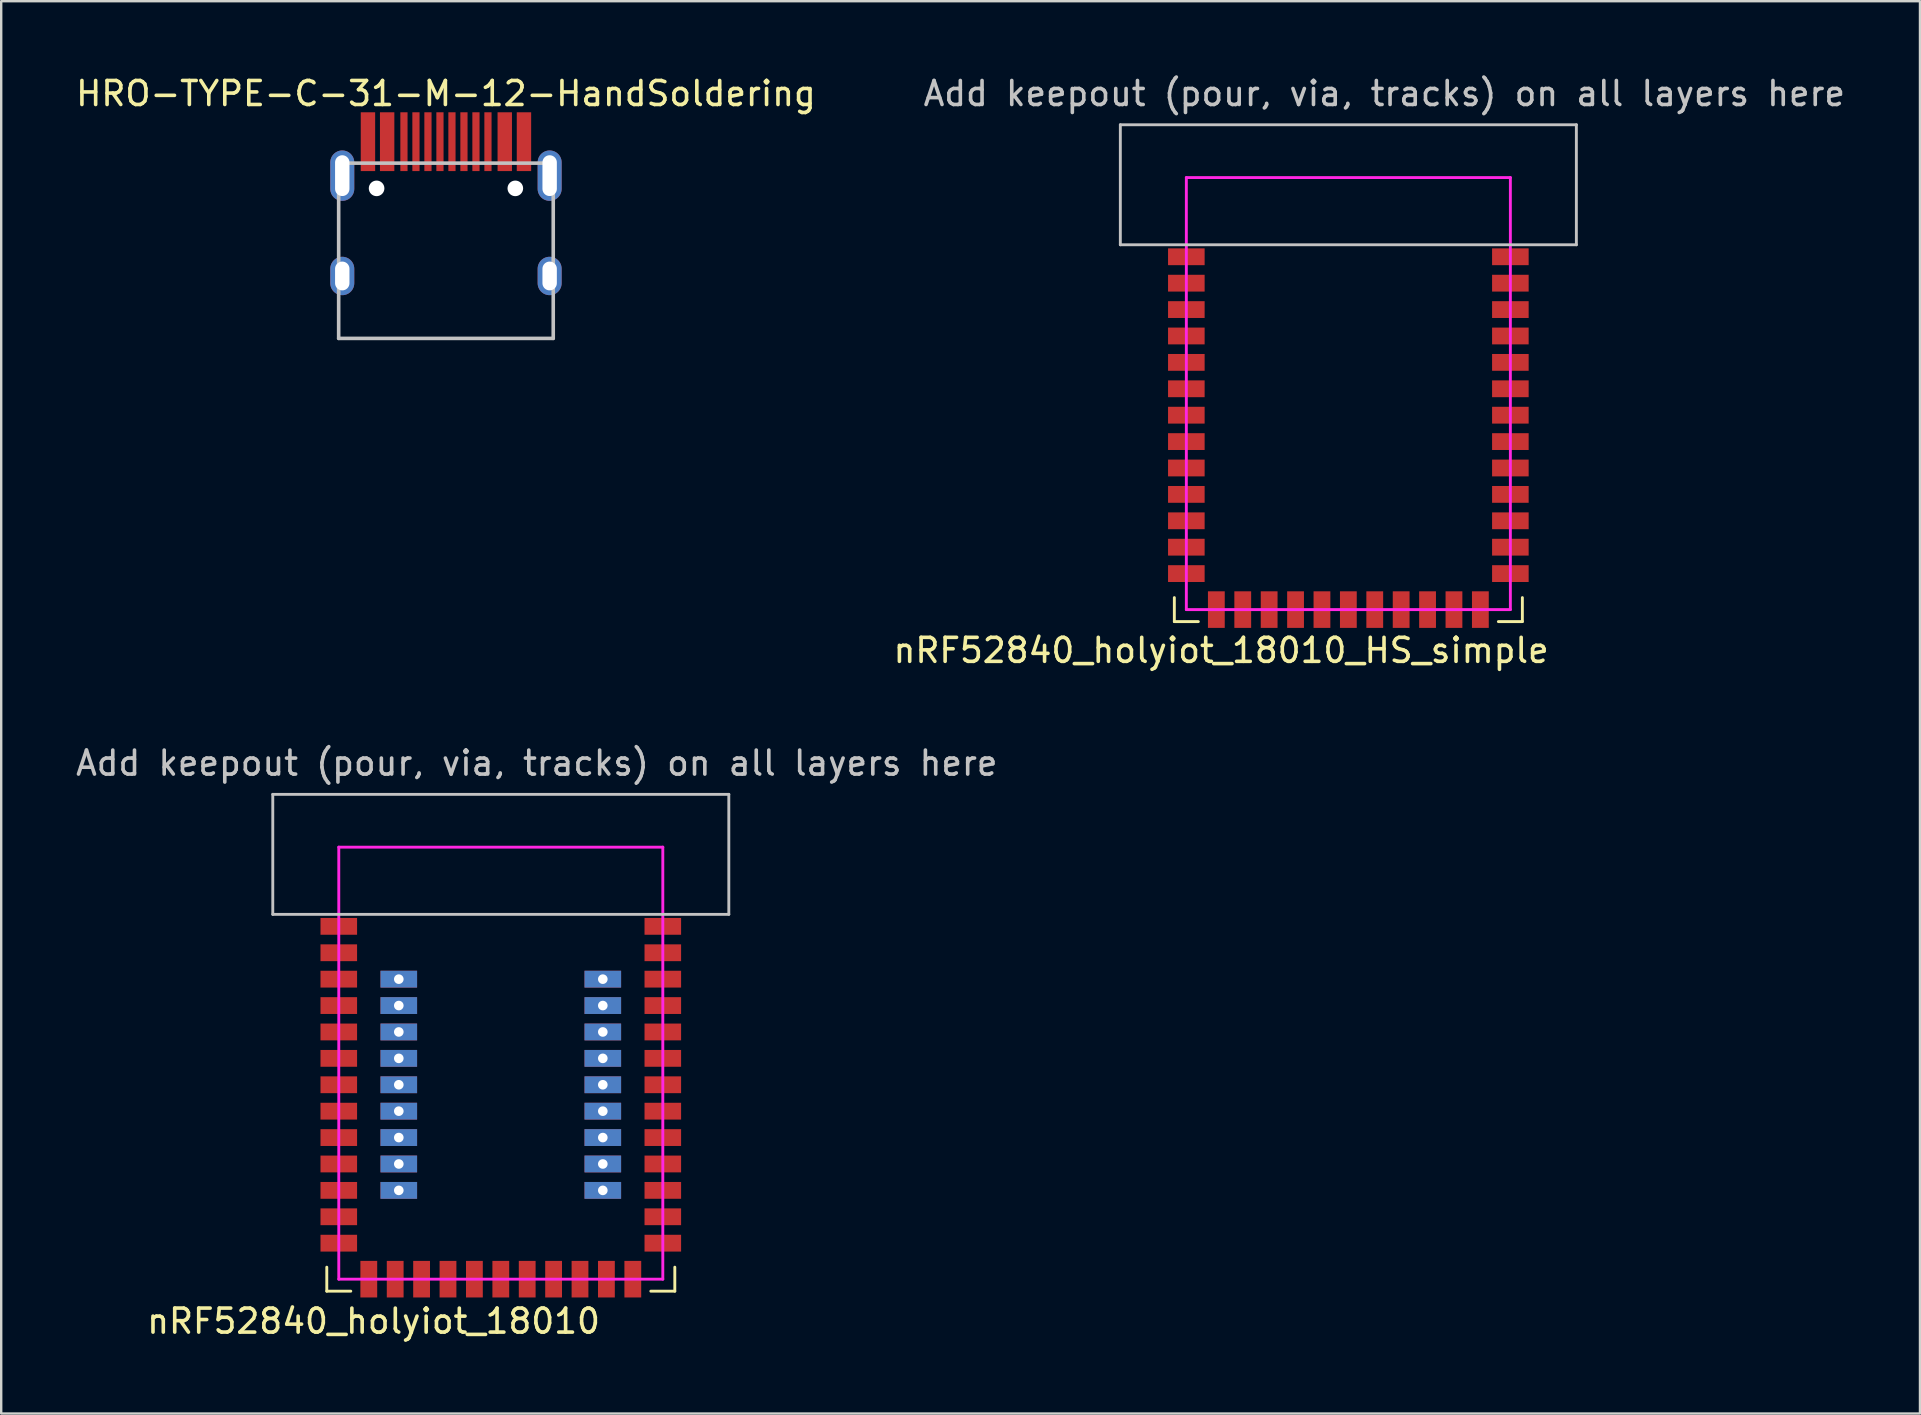
<source format=kicad_pcb>
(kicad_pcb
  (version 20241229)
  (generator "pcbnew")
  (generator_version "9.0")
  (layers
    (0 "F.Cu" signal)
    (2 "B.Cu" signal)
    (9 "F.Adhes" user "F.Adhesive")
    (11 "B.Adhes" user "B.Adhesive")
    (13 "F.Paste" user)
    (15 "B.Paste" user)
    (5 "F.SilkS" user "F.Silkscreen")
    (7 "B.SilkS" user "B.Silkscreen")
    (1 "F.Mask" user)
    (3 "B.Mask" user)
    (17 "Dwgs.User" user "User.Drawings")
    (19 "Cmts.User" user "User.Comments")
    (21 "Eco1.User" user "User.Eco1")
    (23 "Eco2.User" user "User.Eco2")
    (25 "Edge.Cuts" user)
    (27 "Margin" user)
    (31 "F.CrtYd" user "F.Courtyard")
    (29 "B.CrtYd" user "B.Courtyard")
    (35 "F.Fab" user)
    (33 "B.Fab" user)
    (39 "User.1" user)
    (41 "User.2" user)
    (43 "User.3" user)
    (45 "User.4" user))
  (footprint "nRF52840_holyiot_18010_HS_simple"
    (layer "F.Cu")
    (at 53.127 13.348)
    (property "Reference" "nRF52840_holyiot_18010_HS_simple" (at -5.3 10.7 0) (layer "F.SilkS") (effects (font (size 1 1) (thickness 0.15))))
    (fp_line (start -7.25 8.5) (end -7.25 9.5) (stroke (width 0.12) (type solid)) (layer "F.SilkS"))
    (fp_line (start -6.25 9.5) (end -7.25 9.5) (stroke (width 0.12) (type solid)) (layer "F.SilkS"))
    (fp_line (start 6.25 9.5) (end 7.25 9.5) (stroke (width 0.12) (type solid)) (layer "F.SilkS"))
    (fp_line (start 7.25 8.5) (end 7.25 9.5) (stroke (width 0.12) (type solid)) (layer "F.SilkS"))
    (fp_line (start -9.5 -11.2) (end 9.5 -11.2) (stroke (width 0.12) (type solid)) (layer "Dwgs.User"))
    (fp_line (start -9.5 -6.2) (end -9.5 -11.2) (stroke (width 0.12) (type solid)) (layer "Dwgs.User"))
    (fp_line (start 9.5 -11.2) (end 9.5 -6.2) (stroke (width 0.12) (type solid)) (layer "Dwgs.User"))
    (fp_line (start 9.5 -6.2) (end -9.5 -6.2) (stroke (width 0.12) (type solid)) (layer "Dwgs.User"))
    (fp_line (start -6.75 -9) (end 6.75 -9) (stroke (width 0.12) (type solid)) (layer "F.CrtYd"))
    (fp_line (start -6.75 9) (end -6.75 -9) (stroke (width 0.12) (type solid)) (layer "F.CrtYd"))
    (fp_line (start 6.75 -9) (end 6.75 9) (stroke (width 0.12) (type solid)) (layer "F.CrtYd"))
    (fp_line (start 6.75 9) (end -6.75 9) (stroke (width 0.12) (type solid)) (layer "F.CrtYd"))
    (fp_text user "Add keepout (pour, via, tracks) on all layers here" (at 1.5 -12.5 0) (layer "Dwgs.User") (effects (font (size 1 1) (thickness 0.15))))
    (pad "1" smd rect (at -6.75 -5.7) (size 1.524 0.7) (layers "F.Cu" "F.Mask" "F.Paste"))
    (pad "2" smd rect (at -6.75 -4.6) (size 1.524 0.7) (layers "F.Cu" "F.Mask" "F.Paste"))
    (pad "3" smd rect (at -6.75 -3.5) (size 1.524 0.7) (layers "F.Cu" "F.Mask" "F.Paste"))
    (pad "4" smd rect (at -6.75 -2.4) (size 1.524 0.7) (layers "F.Cu" "F.Mask" "F.Paste"))
    (pad "5" smd rect (at -6.75 -1.3) (size 1.524 0.7) (layers "F.Cu" "F.Mask" "F.Paste"))
    (pad "6" smd rect (at -6.75 -0.2) (size 1.524 0.7) (layers "F.Cu" "F.Mask" "F.Paste"))
    (pad "7" smd rect (at -6.75 0.9) (size 1.524 0.7) (layers "F.Cu" "F.Mask" "F.Paste"))
    (pad "8" smd rect (at -6.75 2) (size 1.524 0.7) (layers "F.Cu" "F.Mask" "F.Paste"))
    (pad "9" smd rect (at -6.75 3.1) (size 1.524 0.7) (layers "F.Cu" "F.Mask" "F.Paste"))
    (pad "10" smd rect (at -6.75 4.2) (size 1.524 0.7) (layers "F.Cu" "F.Mask" "F.Paste"))
    (pad "11" smd rect (at -6.75 5.3) (size 1.524 0.7) (layers "F.Cu" "F.Mask" "F.Paste"))
    (pad "12" smd rect (at -6.75 6.4) (size 1.524 0.7) (layers "F.Cu" "F.Mask" "F.Paste"))
    (pad "13" smd rect (at -6.75 7.5) (size 1.524 0.7) (layers "F.Cu" "F.Mask" "F.Paste"))
    (pad "14" smd rect (at -5.5 9 90) (size 1.524 0.7) (layers "F.Cu" "F.Mask" "F.Paste"))
    (pad "15" smd rect (at -4.4 9 90) (size 1.524 0.7) (layers "F.Cu" "F.Mask" "F.Paste"))
    (pad "16" smd rect (at -3.3 9 90) (size 1.524 0.7) (layers "F.Cu" "F.Mask" "F.Paste"))
    (pad "17" smd rect (at -2.2 9 90) (size 1.524 0.7) (layers "F.Cu" "F.Mask" "F.Paste"))
    (pad "18" smd rect (at -1.1 9 90) (size 1.524 0.7) (layers "F.Cu" "F.Mask" "F.Paste"))
    (pad "19" smd rect (at 0 9 90) (size 1.524 0.7) (layers "F.Cu" "F.Mask" "F.Paste"))
    (pad "20" smd rect (at 1.1 9 90) (size 1.524 0.7) (layers "F.Cu" "F.Mask" "F.Paste"))
    (pad "21" smd rect (at 2.2 9 90) (size 1.524 0.7) (layers "F.Cu" "F.Mask" "F.Paste"))
    (pad "22" smd rect (at 3.3 9 90) (size 1.524 0.7) (layers "F.Cu" "F.Mask" "F.Paste"))
    (pad "23" smd rect (at 4.4 9 90) (size 1.524 0.7) (layers "F.Cu" "F.Mask" "F.Paste"))
    (pad "24" smd rect (at 5.5 9 90) (size 1.524 0.7) (layers "F.Cu" "F.Mask" "F.Paste"))
    (pad "25" smd rect (at 6.75 7.5 180) (size 1.524 0.7) (layers "F.Cu" "F.Mask" "F.Paste"))
    (pad "26" smd rect (at 6.75 6.4 180) (size 1.524 0.7) (layers "F.Cu" "F.Mask" "F.Paste"))
    (pad "27" smd rect (at 6.75 5.3 180) (size 1.524 0.7) (layers "F.Cu" "F.Mask" "F.Paste"))
    (pad "28" smd rect (at 6.75 4.2 180) (size 1.524 0.7) (layers "F.Cu" "F.Mask" "F.Paste"))
    (pad "29" smd rect (at 6.75 3.1 180) (size 1.524 0.7) (layers "F.Cu" "F.Mask" "F.Paste"))
    (pad "30" smd rect (at 6.75 2 180) (size 1.524 0.7) (layers "F.Cu" "F.Mask" "F.Paste"))
    (pad "31" smd rect (at 6.75 0.9 180) (size 1.524 0.7) (layers "F.Cu" "F.Mask" "F.Paste"))
    (pad "32" smd rect (at 6.75 -0.2 180) (size 1.524 0.7) (layers "F.Cu" "F.Mask" "F.Paste"))
    (pad "33" smd rect (at 6.75 -1.3 180) (size 1.524 0.7) (layers "F.Cu" "F.Mask" "F.Paste"))
    (pad "34" smd rect (at 6.75 -2.4 180) (size 1.524 0.7) (layers "F.Cu" "F.Mask" "F.Paste"))
    (pad "35" smd rect (at 6.75 -3.5 180) (size 1.524 0.7) (layers "F.Cu" "F.Mask" "F.Paste"))
    (pad "36" smd rect (at 6.75 -4.6 180) (size 1.524 0.7) (layers "F.Cu" "F.Mask" "F.Paste"))
    (pad "37" smd rect (at 6.75 -5.7 180) (size 1.524 0.7) (layers "F.Cu" "F.Mask" "F.Paste")))
  (footprint "HRO-TYPE-C-31-M-12-HandSoldering"
    (layer "F.Cu")
    (at 15.53 11.048)
    (property "Reference" "HRO-TYPE-C-31-M-12-HandSoldering" (at 0 -10.2 0) (layer "F.SilkS") (effects (font (size 1 1) (thickness 0.15))))
    (attr smd)
    (fp_line (start -4.47 -7.3) (end 4.47 -7.3) (stroke (width 0.15) (type solid)) (layer "Dwgs.User"))
    (fp_line (start -4.47 0) (end -4.47 -7.3) (stroke (width 0.15) (type solid)) (layer "Dwgs.User"))
    (fp_line (start -4.47 0) (end 4.47 0) (stroke (width 0.15) (type solid)) (layer "Dwgs.User"))
    (fp_line (start 4.47 0) (end 4.47 -7.3) (stroke (width 0.15) (type solid)) (layer "Dwgs.User"))
    (pad "" np_thru_hole circle (at -2.89 -6.25) (size 0.65 0.65) (drill 0.65) (layers "*.Cu" "*.Mask"))
    (pad "" np_thru_hole circle (at 2.89 -6.25) (size 0.65 0.65) (drill 0.65) (layers "*.Cu" "*.Mask"))
    (pad "1" smd rect (at -3.25 -8.195) (size 0.6 2.45) (layers "F.Cu" "F.Mask" "F.Paste"))
    (pad "2" smd rect (at -2.45 -8.195) (size 0.6 2.45) (layers "F.Cu" "F.Mask" "F.Paste"))
    (pad "3" smd rect (at -1.75 -8.195) (size 0.3 2.45) (layers "F.Cu" "F.Mask" "F.Paste"))
    (pad "4" smd rect (at -1.25 -8.195) (size 0.3 2.45) (layers "F.Cu" "F.Mask" "F.Paste"))
    (pad "5" smd rect (at -0.75 -8.195) (size 0.3 2.45) (layers "F.Cu" "F.Mask" "F.Paste"))
    (pad "6" smd rect (at -0.25 -8.195) (size 0.3 2.45) (layers "F.Cu" "F.Mask" "F.Paste"))
    (pad "7" smd rect (at 0.25 -8.195) (size 0.3 2.45) (layers "F.Cu" "F.Mask" "F.Paste"))
    (pad "8" smd rect (at 0.75 -8.195) (size 0.3 2.45) (layers "F.Cu" "F.Mask" "F.Paste"))
    (pad "9" smd rect (at 1.25 -8.195) (size 0.3 2.45) (layers "F.Cu" "F.Mask" "F.Paste"))
    (pad "10" smd rect (at 1.75 -8.195) (size 0.3 2.45) (layers "F.Cu" "F.Mask" "F.Paste"))
    (pad "11" smd rect (at 2.45 -8.195) (size 0.6 2.45) (layers "F.Cu" "F.Mask" "F.Paste"))
    (pad "12" smd rect (at 3.25 -8.195) (size 0.6 2.45) (layers "F.Cu" "F.Mask" "F.Paste"))
    (pad "13" thru_hole oval (at -4.32 -6.78) (size 1 2.1) (drill oval 0.6 1.7) (layers "*.Cu" "B.Mask"))
    (pad "13" thru_hole oval (at -4.32 -2.6) (size 1 1.6) (drill oval 0.6 1.2) (layers "*.Cu" "B.Mask"))
    (pad "13" thru_hole oval (at 4.32 -6.78) (size 1 2.1) (drill oval 0.6 1.7) (layers "*.Cu" "B.Mask"))
    (pad "13" thru_hole oval (at 4.32 -2.6) (size 1 1.6) (drill oval 0.6 1.2) (layers "*.Cu" "B.Mask")))
  (footprint "nRF52840_holyiot_18010"
    (layer "F.Cu")
    (at 17.815 41.245)
    (property "Reference" "nRF52840_holyiot_18010" (at -5.3 10.75 0) (layer "F.SilkS") (effects (font (size 1 1) (thickness 0.15))))
    (attr through_hole)
    (fp_line (start -7.25 8.5) (end -7.25 9.5) (stroke (width 0.12) (type solid)) (layer "F.SilkS"))
    (fp_line (start -6.25 9.5) (end -7.25 9.5) (stroke (width 0.12) (type solid)) (layer "F.SilkS"))
    (fp_line (start 6.25 9.5) (end 7.25 9.5) (stroke (width 0.12) (type solid)) (layer "F.SilkS"))
    (fp_line (start 7.25 8.5) (end 7.25 9.5) (stroke (width 0.12) (type solid)) (layer "F.SilkS"))
    (fp_line (start -9.5 -11.2) (end 9.5 -11.2) (stroke (width 0.12) (type solid)) (layer "Dwgs.User"))
    (fp_line (start -9.5 -6.2) (end -9.5 -11.2) (stroke (width 0.12) (type solid)) (layer "Dwgs.User"))
    (fp_line (start 9.5 -11.2) (end 9.5 -6.2) (stroke (width 0.12) (type solid)) (layer "Dwgs.User"))
    (fp_line (start 9.5 -6.2) (end -9.5 -6.2) (stroke (width 0.12) (type solid)) (layer "Dwgs.User"))
    (fp_line (start -6.75 -9) (end 6.75 -9) (stroke (width 0.12) (type solid)) (layer "F.CrtYd"))
    (fp_line (start -6.75 9) (end -6.75 -9) (stroke (width 0.12) (type solid)) (layer "F.CrtYd"))
    (fp_line (start 6.75 -9) (end 6.75 9) (stroke (width 0.12) (type solid)) (layer "F.CrtYd"))
    (fp_line (start 6.75 9) (end -6.75 9) (stroke (width 0.12) (type solid)) (layer "F.CrtYd"))
    (fp_text user "Add keepout (pour, via, tracks) on all layers here" (at 1.5 -12.5 0) (layer "Dwgs.User") (effects (font (size 1 1) (thickness 0.15))))
    (pad "1" smd rect (at -6.75 -5.7) (size 1.524 0.7) (layers "F.Cu" "F.Mask" "F.Paste"))
    (pad "2" smd rect (at -6.75 -4.6) (size 1.524 0.7) (layers "F.Cu" "F.Mask" "F.Paste"))
    (pad "3" smd rect (at -6.75 -3.5) (size 1.524 0.7) (layers "F.Cu" "F.Mask" "F.Paste"))
    (pad "4" smd rect (at -6.75 -2.4) (size 1.524 0.7) (layers "F.Cu" "F.Mask" "F.Paste"))
    (pad "5" smd rect (at -6.75 -1.3) (size 1.524 0.7) (layers "F.Cu" "F.Mask" "F.Paste"))
    (pad "6" smd rect (at -6.75 -0.2) (size 1.524 0.7) (layers "F.Cu" "F.Mask" "F.Paste"))
    (pad "7" smd rect (at -6.75 0.9) (size 1.524 0.7) (layers "F.Cu" "F.Mask" "F.Paste"))
    (pad "8" smd rect (at -6.75 2) (size 1.524 0.7) (layers "F.Cu" "F.Mask" "F.Paste"))
    (pad "9" smd rect (at -6.75 3.1) (size 1.524 0.7) (layers "F.Cu" "F.Mask" "F.Paste"))
    (pad "10" smd rect (at -6.75 4.2) (size 1.524 0.7) (layers "F.Cu" "F.Mask" "F.Paste"))
    (pad "11" smd rect (at -6.75 5.3) (size 1.524 0.7) (layers "F.Cu" "F.Mask" "F.Paste"))
    (pad "12" smd rect (at -6.75 6.4) (size 1.524 0.7) (layers "F.Cu" "F.Mask" "F.Paste"))
    (pad "13" smd rect (at -6.75 7.5) (size 1.524 0.7) (layers "F.Cu" "F.Mask" "F.Paste"))
    (pad "14" smd rect (at -5.5 9 90) (size 1.524 0.7) (layers "F.Cu" "F.Mask" "F.Paste"))
    (pad "15" smd rect (at -4.4 9 90) (size 1.524 0.7) (layers "F.Cu" "F.Mask" "F.Paste"))
    (pad "16" smd rect (at -3.3 9 90) (size 1.524 0.7) (layers "F.Cu" "F.Mask" "F.Paste"))
    (pad "17" smd rect (at -2.2 9 90) (size 1.524 0.7) (layers "F.Cu" "F.Mask" "F.Paste"))
    (pad "18" smd rect (at -1.1 9 90) (size 1.524 0.7) (layers "F.Cu" "F.Mask" "F.Paste"))
    (pad "19" smd rect (at 0 9 90) (size 1.524 0.7) (layers "F.Cu" "F.Mask" "F.Paste"))
    (pad "20" smd rect (at 1.1 9 90) (size 1.524 0.7) (layers "F.Cu" "F.Mask" "F.Paste"))
    (pad "21" smd rect (at 2.2 9 90) (size 1.524 0.7) (layers "F.Cu" "F.Mask" "F.Paste"))
    (pad "22" smd rect (at 3.3 9 90) (size 1.524 0.7) (layers "F.Cu" "F.Mask" "F.Paste"))
    (pad "23" smd rect (at 4.4 9 90) (size 1.524 0.7) (layers "F.Cu" "F.Mask" "F.Paste"))
    (pad "24" smd rect (at 5.5 9 90) (size 1.524 0.7) (layers "F.Cu" "F.Mask" "F.Paste"))
    (pad "25" smd rect (at 6.75 7.5 180) (size 1.524 0.7) (layers "F.Cu" "F.Mask" "F.Paste"))
    (pad "26" smd rect (at 6.75 6.4 180) (size 1.524 0.7) (layers "F.Cu" "F.Mask" "F.Paste"))
    (pad "27" smd rect (at 6.75 5.3 180) (size 1.524 0.7) (layers "F.Cu" "F.Mask" "F.Paste"))
    (pad "28" smd rect (at 6.75 4.2 180) (size 1.524 0.7) (layers "F.Cu" "F.Mask" "F.Paste"))
    (pad "29" smd rect (at 6.75 3.1 180) (size 1.524 0.7) (layers "F.Cu" "F.Mask" "F.Paste"))
    (pad "30" smd rect (at 6.75 2 180) (size 1.524 0.7) (layers "F.Cu" "F.Mask" "F.Paste"))
    (pad "31" smd rect (at 6.75 0.9 180) (size 1.524 0.7) (layers "F.Cu" "F.Mask" "F.Paste"))
    (pad "32" smd rect (at 6.75 -0.2 180) (size 1.524 0.7) (layers "F.Cu" "F.Mask" "F.Paste"))
    (pad "33" smd rect (at 6.75 -1.3 180) (size 1.524 0.7) (layers "F.Cu" "F.Mask" "F.Paste"))
    (pad "34" smd rect (at 6.75 -2.4 180) (size 1.524 0.7) (layers "F.Cu" "F.Mask" "F.Paste"))
    (pad "35" smd rect (at 6.75 -3.5 180) (size 1.524 0.7) (layers "F.Cu" "F.Mask" "F.Paste"))
    (pad "36" smd rect (at 6.75 -4.6 180) (size 1.524 0.7) (layers "F.Cu" "F.Mask" "F.Paste"))
    (pad "37" smd rect (at 6.75 -5.7 180) (size 1.524 0.7) (layers "F.Cu" "F.Mask" "F.Paste"))
    (pad "38" thru_hole rect (at -4.25 -3.5 180) (size 1.524 0.7) (drill 0.4) (layers "*.Cu" "*.Mask"))
    (pad "39" thru_hole rect (at -4.25 -2.4 180) (size 1.524 0.7) (drill 0.4) (layers "*.Cu" "*.Mask"))
    (pad "40" thru_hole rect (at -4.25 -1.3 180) (size 1.524 0.7) (drill 0.4) (layers "*.Cu" "*.Mask"))
    (pad "41" thru_hole rect (at -4.25 -0.2 180) (size 1.524 0.7) (drill 0.4) (layers "*.Cu" "*.Mask"))
    (pad "42" thru_hole rect (at -4.25 0.9 180) (size 1.524 0.7) (drill 0.4) (layers "*.Cu" "*.Mask"))
    (pad "43" thru_hole rect (at -4.25 2 180) (size 1.524 0.7) (drill 0.4) (layers "*.Cu" "*.Mask"))
    (pad "44" thru_hole rect (at -4.25 3.1 180) (size 1.524 0.7) (drill 0.4) (layers "*.Cu" "*.Mask"))
    (pad "45" thru_hole rect (at -4.25 4.2 180) (size 1.524 0.7) (drill 0.4) (layers "*.Cu" "*.Mask"))
    (pad "46" thru_hole rect (at -4.25 5.3 180) (size 1.524 0.7) (drill 0.4) (layers "*.Cu" "*.Mask"))
    (pad "47" thru_hole rect (at 4.25 -3.5 180) (size 1.524 0.7) (drill 0.4) (layers "*.Cu" "*.Mask"))
    (pad "48" thru_hole rect (at 4.25 -2.4 180) (size 1.524 0.7) (drill 0.4) (layers "*.Cu" "*.Mask"))
    (pad "49" thru_hole rect (at 4.25 -1.3 180) (size 1.524 0.7) (drill 0.4) (layers "*.Cu" "*.Mask"))
    (pad "50" thru_hole rect (at 4.25 -0.2 180) (size 1.524 0.7) (drill 0.4) (layers "*.Cu" "*.Mask"))
    (pad "51" thru_hole rect (at 4.25 0.9 180) (size 1.524 0.7) (drill 0.4) (layers "*.Cu" "*.Mask"))
    (pad "52" thru_hole rect (at 4.25 2 180) (size 1.524 0.7) (drill 0.4) (layers "*.Cu" "*.Mask"))
    (pad "53" thru_hole rect (at 4.25 3.1 180) (size 1.524 0.7) (drill 0.4) (layers "*.Cu" "*.Mask"))
    (pad "54" thru_hole rect (at 4.25 4.2 180) (size 1.524 0.7) (drill 0.4) (layers "*.Cu" "*.Mask"))
    (pad "55" thru_hole rect (at 4.25 5.3 180) (size 1.524 0.7) (drill 0.4) (layers "*.Cu" "*.Mask")))
  (gr_rect
    (start -3 -3)
    (end 76.943 55.843)
    (stroke (width 0.1) (type default))
    (fill no)
    (layer "Edge.Cuts")))
</source>
